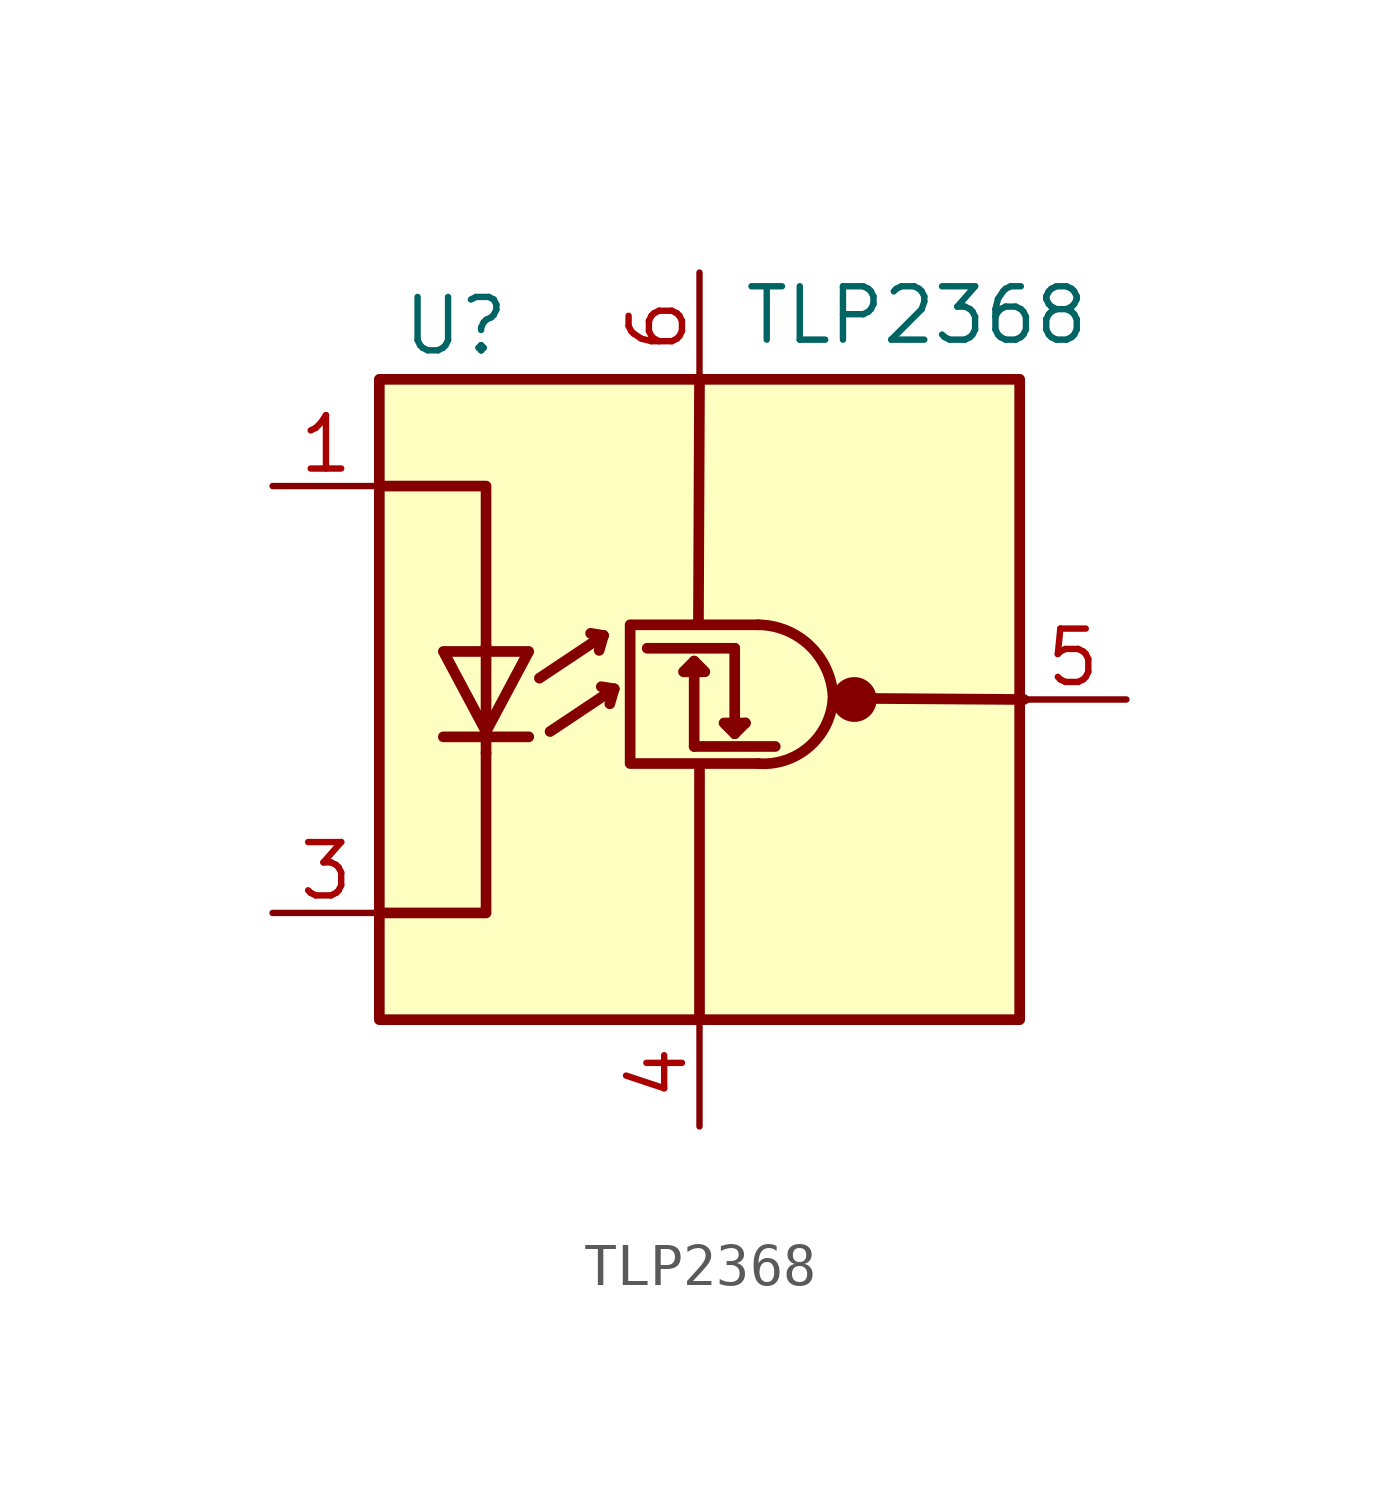
<source format=kicad_sym>
(kicad_symbol_lib
  (version 20220914)
  (generator kicad_symbol_editor)
  (symbol "TLP2368"
    (pin_names
      (offset 1.016) hide)
    (property "Reference" "U"
      (at -7.112 8.89 0)
      (effects (font (size 1.27 1.27)) (justify left)))
    (property "Value" "TLP2368"
      (at 1.016 9.144 0)
      (effects (font (size 1.27 1.27)) (justify left)))
    (symbol "TLP2368_0_1"
      (rectangle (start -7.62 7.62) (end 7.62 -7.62) (stroke (width 0.254) (type default)) (fill (type background)))
      (polyline (pts (xy -6.096 -0.889) (xy -4.064 -0.889)) (stroke (width 0.254) (type default)) (fill (type none)))
      (polyline (pts (xy -5.08 -1.27) (xy -5.08 -0.762)) (stroke (width 0.254) (type default)) (fill (type none)))
      (polyline (pts (xy -5.08 1.27) (xy -5.08 -0.762)) (stroke (width 0.254) (type default)) (fill (type none)))
      (polyline (pts (xy -3.81 0.508) (xy -2.286 1.524)) (stroke (width 0.254) (type default)) (fill (type none)))
      (polyline (pts (xy -3.556 -0.762) (xy -2.032 0.254)) (stroke (width 0.254) (type default)) (fill (type none)))
      (polyline (pts (xy -2.286 1.524) (xy -2.591 1.575)) (stroke (width 0.254) (type default)) (fill (type none)))
      (polyline (pts (xy -2.286 1.524) (xy -2.388 1.168)) (stroke (width 0.254) (type default)) (fill (type none)))
      (polyline (pts (xy -2.032 0.254) (xy -2.337 0.305)) (stroke (width 0.254) (type default)) (fill (type none)))
      (polyline (pts (xy -2.032 0.254) (xy -2.134 -0.102)) (stroke (width 0.254) (type default)) (fill (type none)))
      (polyline (pts (xy -0.127 -1.118) (xy 1.803 -1.118)) (stroke (width 0.254) (type default)) (fill (type none)))
      (polyline (pts (xy -0.127 0.914) (xy -0.127 -1.118)) (stroke (width 0.254) (type default)) (fill (type none)))
      (polyline (pts (xy 0 -7.595) (xy 0 -1.575)) (stroke (width 0.254) (type default)) (fill (type none)))
      (polyline (pts (xy 0 7.645) (xy -0.025 1.829)) (stroke (width 0.254) (type default)) (fill (type none)))
      (polyline (pts (xy 0.838 1.219) (xy -1.245 1.219)) (stroke (width 0.254) (type default)) (fill (type none)))
      (polyline (pts (xy 4.064 0.025) (xy 7.722 0)) (stroke (width 0.254) (type default)) (fill (type none)))
      (polyline (pts (xy -7.62 -5.08) (xy -5.08 -5.08) (xy -5.08 -1.27)) (stroke (width 0.254) (type default)) (fill (type none)))
      (polyline (pts (xy -5.08 1.27) (xy -5.08 5.08) (xy -7.62 5.08)) (stroke (width 0.254) (type default)) (fill (type none)))
      (polyline (pts (xy 0.838 -0.813) (xy 0.584 -0.559) (xy 1.092 -0.559)) (stroke (width 0.254) (type default)) (fill (type none)))
      (polyline (pts (xy 0.838 1.219) (xy 0.838 -0.813) (xy 1.092 -0.559)) (stroke (width 0.254) (type default)) (fill (type none)))
      (polyline (pts (xy -6.096 1.143) (xy -4.064 1.143) (xy -5.08 -0.762) (xy -6.096 1.143)) (stroke (width 0.254) (type default)) (fill (type none)))
      (polyline (pts (xy -0.127 0.914) (xy -0.381 0.66) (xy 0.127 0.66) (xy -0.127 0.914)) (stroke (width 0.254) (type default)) (fill (type none)))
      (polyline (pts (xy 1.397 1.778) (xy -1.651 1.778) (xy -1.651 -1.524) (xy 1.397 -1.524)) (stroke (width 0.254) (type default)) (fill (type none)))
      (arc (start 1.397 -1.524) (mid 2.6016 -1.1302) (end 3.175 0) (stroke (width 0.254) (type default)) (fill (type none)))
      (arc (start 3.175 0) (mid 2.6489 1.2519) (end 1.397 1.778) (stroke (width 0.254) (type default)) (fill (type none)))
      (circle (center 3.683 0) (radius 0.457) (stroke (width 0) (type default)) (fill (type outline))))
    (symbol "TLP2368_1_1"
      (pin passive line (at -10.16 5.08 0) (length 2.54) (name "A" (effects (font (size 1.27 1.27)))) (number "1" (effects (font (size 1.27 1.27)))))
      (pin passive line (at -10.16 -5.08 0) (length 2.54) (name "K" (effects (font (size 1.27 1.27)))) (number "3" (effects (font (size 1.27 1.27)))))
      (pin power_in line (at 0 -10.16 90) (length 2.54) (name "GND" (effects (font (size 1.27 1.27)))) (number "4" (effects (font (size 1.27 1.27)))))
      (pin output line (at 10.16 0 180) (length 2.54) (name "VO" (effects (font (size 1.27 1.27)))) (number "5" (effects (font (size 1.27 1.27)))))
      (pin power_in line (at 0 10.16 270) (length 2.54) (name "VDD" (effects (font (size 1.27 1.27)))) (number "6" (effects (font (size 1.27 1.27))))))))
</source>
